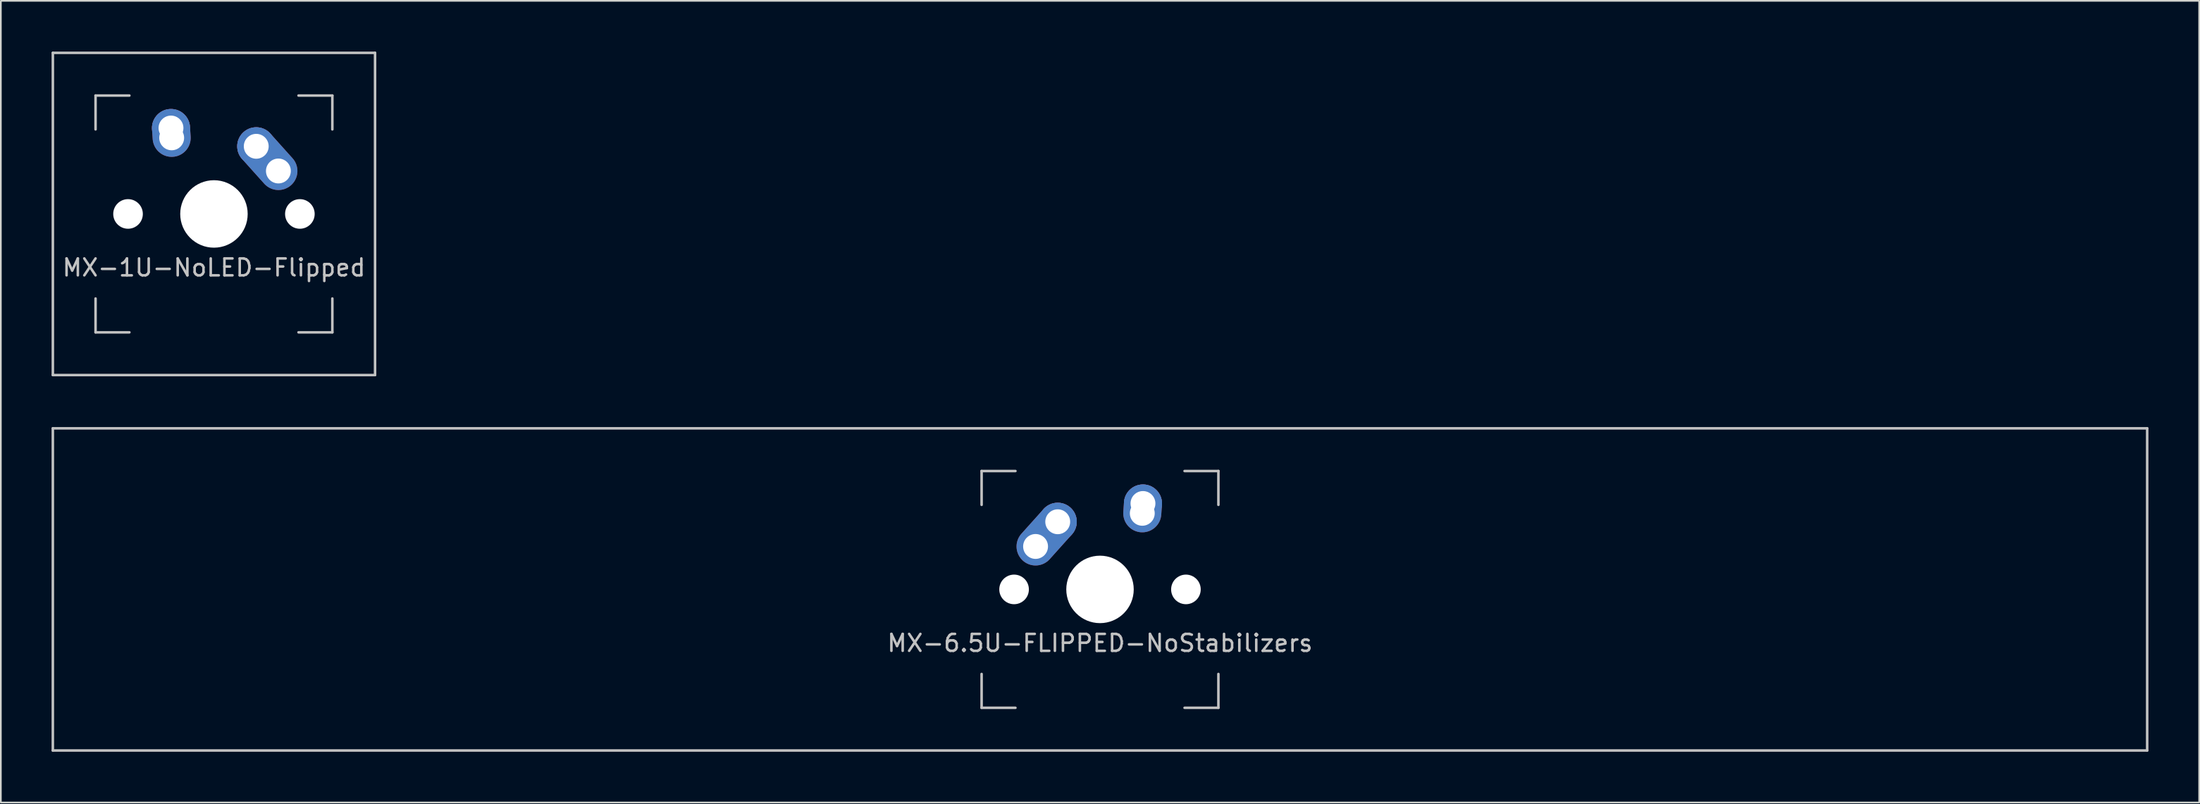
<source format=kicad_pcb>
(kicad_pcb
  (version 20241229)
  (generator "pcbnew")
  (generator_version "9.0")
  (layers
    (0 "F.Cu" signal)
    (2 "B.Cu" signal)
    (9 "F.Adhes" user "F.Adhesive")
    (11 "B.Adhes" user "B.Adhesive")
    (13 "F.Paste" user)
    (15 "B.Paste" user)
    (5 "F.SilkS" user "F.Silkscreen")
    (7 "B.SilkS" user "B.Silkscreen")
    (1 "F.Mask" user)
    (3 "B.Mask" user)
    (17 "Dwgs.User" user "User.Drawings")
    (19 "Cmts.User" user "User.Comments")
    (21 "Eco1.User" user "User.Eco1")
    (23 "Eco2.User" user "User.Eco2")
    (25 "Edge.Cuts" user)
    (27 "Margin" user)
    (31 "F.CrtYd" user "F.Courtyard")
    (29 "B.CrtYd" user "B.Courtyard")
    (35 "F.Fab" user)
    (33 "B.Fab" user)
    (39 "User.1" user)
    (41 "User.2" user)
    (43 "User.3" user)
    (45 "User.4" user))
  (footprint "MX-6.5U-FLIPPED-NoStabilizers"
    (layer "F.Cu")
    (at 61.987 31.8)
    (property "Reference" "MX-6.5U-FLIPPED-NoStabilizers" (at 0 3.175 0) (layer "Dwgs.User") (effects (font (size 1 1) (thickness 0.15))))
    (attr through_hole)
    (fp_line (start -61.913 -9.525) (end 61.913 -9.525) (stroke (width 0.15) (type solid)) (layer "Dwgs.User"))
    (fp_line (start -61.913 9.525) (end -61.913 -9.525) (stroke (width 0.15) (type solid)) (layer "Dwgs.User"))
    (fp_line (start -61.913 9.525) (end 61.913 9.525) (stroke (width 0.15) (type solid)) (layer "Dwgs.User"))
    (fp_line (start -7 -7) (end -7 -5) (stroke (width 0.15) (type solid)) (layer "Dwgs.User"))
    (fp_line (start -7 5) (end -7 7) (stroke (width 0.15) (type solid)) (layer "Dwgs.User"))
    (fp_line (start -7 7) (end -5 7) (stroke (width 0.15) (type solid)) (layer "Dwgs.User"))
    (fp_line (start -5 -7) (end -7 -7) (stroke (width 0.15) (type solid)) (layer "Dwgs.User"))
    (fp_line (start 5 -7) (end 7 -7) (stroke (width 0.15) (type solid)) (layer "Dwgs.User"))
    (fp_line (start 5 7) (end 7 7) (stroke (width 0.15) (type solid)) (layer "Dwgs.User"))
    (fp_line (start 7 -7) (end 7 -5) (stroke (width 0.15) (type solid)) (layer "Dwgs.User"))
    (fp_line (start 7 7) (end 7 5) (stroke (width 0.15) (type solid)) (layer "Dwgs.User"))
    (fp_line (start 61.913 -9.525) (end 61.913 9.525) (stroke (width 0.15) (type solid)) (layer "Dwgs.User"))
    (pad "" np_thru_hole circle (at -5.08 0 48.1) (size 1.75 1.75) (drill 1.75) (layers "*.Cu" "*.Mask"))
    (pad "" np_thru_hole circle (at 0 0) (size 3.988 3.988) (drill 3.988) (layers "*.Cu" "*.Mask"))
    (pad "" np_thru_hole circle (at 5.08 0 48.1) (size 1.75 1.75) (drill 1.75) (layers "*.Cu" "*.Mask"))
    (pad "1" thru_hole oval (at -3.81 -2.54 48.1) (size 4.212 2.25) (drill 1.47 (offset 0.981 0)) (layers "*.Cu" "B.Mask"))
    (pad "1" thru_hole circle (at -2.5 -4) (size 2.25 2.25) (drill 1.47) (layers "*.Cu" "B.Mask"))
    (pad "2" thru_hole oval (at 2.5 -4.5 86.055) (size 2.831 2.25) (drill 1.47 (offset 0.291 0)) (layers "*.Cu" "B.Mask"))
    (pad "2" thru_hole circle (at 2.54 -5.08) (size 2.25 2.25) (drill 1.47) (layers "*.Cu" "B.Mask")))
  (footprint "MX-1U-NoLED-Flipped"
    (layer "F.Cu")
    (at 9.6 9.6)
    (property "Reference" "MX-1U-NoLED-Flipped" (at 0 3.175 0) (layer "Dwgs.User") (effects (font (size 1 1) (thickness 0.15))))
    (attr through_hole)
    (fp_line (start -9.525 -9.525) (end 9.525 -9.525) (stroke (width 0.15) (type solid)) (layer "Dwgs.User"))
    (fp_line (start -9.525 9.525) (end -9.525 -9.525) (stroke (width 0.15) (type solid)) (layer "Dwgs.User"))
    (fp_line (start -7 -7) (end -7 -5) (stroke (width 0.15) (type solid)) (layer "Dwgs.User"))
    (fp_line (start -7 5) (end -7 7) (stroke (width 0.15) (type solid)) (layer "Dwgs.User"))
    (fp_line (start -7 7) (end -5 7) (stroke (width 0.15) (type solid)) (layer "Dwgs.User"))
    (fp_line (start -5 -7) (end -7 -7) (stroke (width 0.15) (type solid)) (layer "Dwgs.User"))
    (fp_line (start 5 -7) (end 7 -7) (stroke (width 0.15) (type solid)) (layer "Dwgs.User"))
    (fp_line (start 5 7) (end 7 7) (stroke (width 0.15) (type solid)) (layer "Dwgs.User"))
    (fp_line (start 7 -7) (end 7 -5) (stroke (width 0.15) (type solid)) (layer "Dwgs.User"))
    (fp_line (start 7 7) (end 7 5) (stroke (width 0.15) (type solid)) (layer "Dwgs.User"))
    (fp_line (start 9.525 -9.525) (end 9.525 9.525) (stroke (width 0.15) (type solid)) (layer "Dwgs.User"))
    (fp_line (start 9.525 9.525) (end -9.525 9.525) (stroke (width 0.15) (type solid)) (layer "Dwgs.User"))
    (pad "" np_thru_hole circle (at -5.08 0 48.1) (size 1.75 1.75) (drill 1.75) (layers "*.Cu" "*.Mask"))
    (pad "" np_thru_hole circle (at 0 0) (size 3.988 3.988) (drill 3.988) (layers "*.Cu" "*.Mask"))
    (pad "" np_thru_hole circle (at 5.08 0 48.1) (size 1.75 1.75) (drill 1.75) (layers "*.Cu" "*.Mask"))
    (pad "1" thru_hole circle (at 2.5 -4) (size 2.25 2.25) (drill 1.47) (layers "*.Cu" "F.Mask"))
    (pad "1" thru_hole oval (at 3.81 -2.54 311.9) (size 4.212 2.25) (drill 1.47 (offset -0.981 0)) (layers "*.Cu" "F.Mask"))
    (pad "2" thru_hole circle (at -2.54 -5.08) (size 2.25 2.25) (drill 1.47) (layers "*.Cu" "F.Mask"))
    (pad "2" thru_hole oval (at -2.5 -4.5 273.945) (size 2.831 2.25) (drill 1.47 (offset -0.291 0)) (layers "*.Cu" "F.Mask")))
  (gr_rect
    (start -3 -3)
    (end 126.975 44.4)
    (stroke (width 0.1) (type default))
    (fill no)
    (layer "Edge.Cuts")))
</source>
